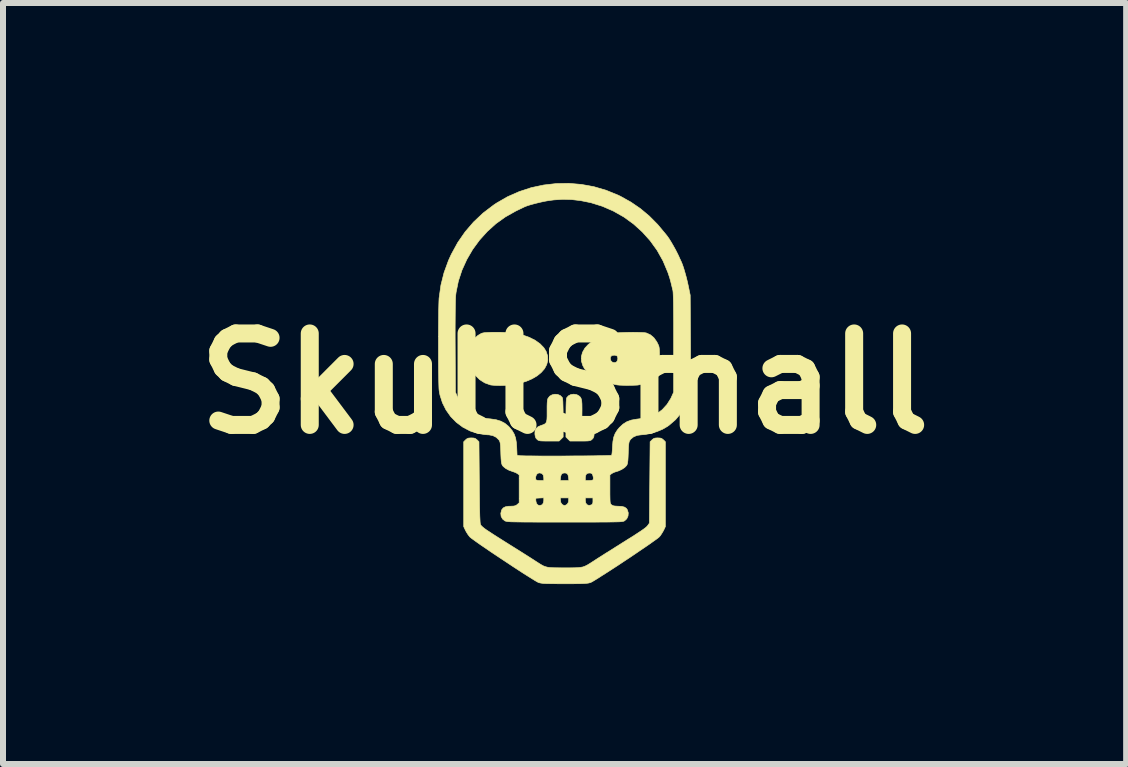
<source format=kicad_pcb>
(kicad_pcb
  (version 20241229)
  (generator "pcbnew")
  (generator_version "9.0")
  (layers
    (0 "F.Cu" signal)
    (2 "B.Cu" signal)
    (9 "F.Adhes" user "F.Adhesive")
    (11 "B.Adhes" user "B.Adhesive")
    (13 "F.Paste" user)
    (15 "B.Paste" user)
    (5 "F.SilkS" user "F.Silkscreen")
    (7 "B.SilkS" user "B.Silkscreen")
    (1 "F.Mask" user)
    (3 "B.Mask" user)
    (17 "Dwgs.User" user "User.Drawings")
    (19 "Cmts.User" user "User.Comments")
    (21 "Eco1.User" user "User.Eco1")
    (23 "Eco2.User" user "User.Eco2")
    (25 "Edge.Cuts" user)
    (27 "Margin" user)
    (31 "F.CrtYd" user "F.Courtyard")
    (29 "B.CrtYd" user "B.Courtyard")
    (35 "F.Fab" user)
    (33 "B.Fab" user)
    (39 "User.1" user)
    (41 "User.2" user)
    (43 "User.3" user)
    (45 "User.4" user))
  (footprint "SkullSmall"
    (layer "F.Cu")
    (at 6.357 3.341)
    (property "Reference" "SkullSmall" (at 0 0 0) (layer "F.SilkS") (effects (font (size 1.524 1.524) (thickness 0.3))))
    (attr through_hole)
    (fp_poly (pts (xy -0.114 0.182) (xy -0.072 0.199) (xy -0.041 0.229) (xy -0.035 0.239) (xy -0.031 0.261) (xy -0.028 0.303) (xy -0.026 0.366) (xy -0.024 0.448) (xy -0.023 0.547) (xy -0.023 0.579) (xy -0.023 0.891) (xy -0.057 0.925) (xy -0.091 0.958) (xy -0.258 0.958) (xy -0.324 0.958) (xy -0.371 0.957) (xy -0.403 0.955) (xy -0.425 0.95) (xy -0.441 0.944) (xy -0.454 0.934) (xy -0.457 0.931) (xy -0.477 0.909) (xy -0.488 0.88) (xy -0.494 0.842) (xy -0.492 0.788) (xy -0.475 0.749) (xy -0.44 0.719) (xy -0.39 0.698) (xy -0.354 0.686) (xy -0.328 0.673) (xy -0.31 0.656) (xy -0.299 0.631) (xy -0.293 0.595) (xy -0.291 0.543) (xy -0.291 0.473) (xy -0.291 0.458) (xy -0.291 0.38) (xy -0.289 0.322) (xy -0.285 0.281) (xy -0.279 0.254) (xy -0.276 0.248) (xy -0.248 0.211) (xy -0.207 0.188) (xy -0.161 0.178) (xy -0.114 0.182)) (stroke (width 0.01) (type solid)) (fill yes) (layer "F.SilkS"))
    (fp_poly (pts (xy 0.202 0.185) (xy 0.219 0.193) (xy 0.245 0.209) (xy 0.265 0.228) (xy 0.278 0.254) (xy 0.286 0.29) (xy 0.29 0.34) (xy 0.291 0.408) (xy 0.291 0.457) (xy 0.29 0.532) (xy 0.292 0.586) (xy 0.297 0.625) (xy 0.307 0.652) (xy 0.324 0.671) (xy 0.349 0.684) (xy 0.384 0.697) (xy 0.39 0.698) (xy 0.443 0.721) (xy 0.477 0.751) (xy 0.492 0.792) (xy 0.494 0.842) (xy 0.488 0.884) (xy 0.476 0.911) (xy 0.457 0.931) (xy 0.444 0.942) (xy 0.429 0.949) (xy 0.409 0.954) (xy 0.379 0.957) (xy 0.336 0.958) (xy 0.274 0.958) (xy 0.258 0.958) (xy 0.091 0.958) (xy 0.057 0.925) (xy 0.023 0.891) (xy 0.023 0.579) (xy 0.024 0.475) (xy 0.025 0.388) (xy 0.027 0.319) (xy 0.03 0.271) (xy 0.034 0.243) (xy 0.035 0.239) (xy 0.063 0.206) (xy 0.104 0.184) (xy 0.152 0.177) (xy 0.202 0.185)) (stroke (width 0.01) (type solid)) (fill yes) (layer "F.SilkS"))
    (fp_poly (pts (xy -1.065 -0.854) (xy -0.989 -0.851) (xy -0.918 -0.848) (xy -0.858 -0.843) (xy -0.818 -0.837) (xy -0.697 -0.809) (xy -0.586 -0.769) (xy -0.489 -0.72) (xy -0.408 -0.662) (xy -0.345 -0.597) (xy -0.307 -0.536) (xy -0.282 -0.461) (xy -0.279 -0.387) (xy -0.297 -0.316) (xy -0.333 -0.248) (xy -0.387 -0.186) (xy -0.456 -0.129) (xy -0.541 -0.079) (xy -0.639 -0.037) (xy -0.748 -0.004) (xy -0.869 0.019) (xy -0.998 0.031) (xy -1.074 0.033) (xy -1.13 0.032) (xy -1.181 0.029) (xy -1.222 0.025) (xy -1.238 0.022) (xy -1.329 -0.011) (xy -1.412 -0.063) (xy -1.482 -0.132) (xy -1.536 -0.214) (xy -1.553 -0.253) (xy -1.566 -0.286) (xy -1.574 -0.315) (xy -1.579 -0.344) (xy -1.581 -0.38) (xy -1.581 -0.414) (xy -0.889 -0.414) (xy -0.88 -0.378) (xy -0.857 -0.354) (xy -0.825 -0.347) (xy -0.792 -0.358) (xy -0.783 -0.365) (xy -0.767 -0.393) (xy -0.763 -0.426) (xy -0.772 -0.455) (xy -0.776 -0.46) (xy -0.797 -0.469) (xy -0.826 -0.473) (xy -0.863 -0.466) (xy -0.884 -0.444) (xy -0.889 -0.414) (xy -1.581 -0.414) (xy -1.581 -0.429) (xy -1.58 -0.486) (xy -1.577 -0.549) (xy -1.575 -0.595) (xy -1.571 -0.627) (xy -1.564 -0.652) (xy -1.554 -0.674) (xy -1.54 -0.698) (xy -1.54 -0.699) (xy -1.497 -0.755) (xy -1.443 -0.802) (xy -1.387 -0.835) (xy -1.365 -0.842) (xy -1.332 -0.848) (xy -1.281 -0.851) (xy -1.216 -0.854) (xy -1.142 -0.854) (xy -1.065 -0.854)) (stroke (width 0.01) (type solid)) (fill yes) (layer "F.SilkS"))
    (fp_poly (pts (xy 1.215 -0.853) (xy 1.279 -0.851) (xy 1.33 -0.848) (xy 1.363 -0.843) (xy 1.365 -0.842) (xy 1.431 -0.812) (xy 1.489 -0.763) (xy 1.537 -0.696) (xy 1.544 -0.682) (xy 1.56 -0.65) (xy 1.571 -0.624) (xy 1.577 -0.596) (xy 1.58 -0.563) (xy 1.582 -0.517) (xy 1.582 -0.466) (xy 1.581 -0.403) (xy 1.579 -0.356) (xy 1.574 -0.32) (xy 1.566 -0.289) (xy 1.554 -0.254) (xy 1.552 -0.248) (xy 1.504 -0.16) (xy 1.439 -0.085) (xy 1.356 -0.026) (xy 1.335 -0.015) (xy 1.301 0.002) (xy 1.273 0.014) (xy 1.246 0.021) (xy 1.215 0.026) (xy 1.172 0.028) (xy 1.114 0.03) (xy 1.097 0.03) (xy 1.032 0.031) (xy 0.97 0.029) (xy 0.917 0.027) (xy 0.879 0.023) (xy 0.877 0.023) (xy 0.803 0.008) (xy 0.722 -0.013) (xy 0.644 -0.037) (xy 0.578 -0.062) (xy 0.569 -0.066) (xy 0.47 -0.119) (xy 0.392 -0.178) (xy 0.335 -0.244) (xy 0.305 -0.298) (xy 0.281 -0.374) (xy 0.281 -0.417) (xy 0.762 -0.417) (xy 0.771 -0.382) (xy 0.794 -0.358) (xy 0.824 -0.347) (xy 0.856 -0.353) (xy 0.871 -0.365) (xy 0.885 -0.392) (xy 0.888 -0.425) (xy 0.879 -0.454) (xy 0.875 -0.46) (xy 0.854 -0.469) (xy 0.826 -0.473) (xy 0.787 -0.466) (xy 0.767 -0.444) (xy 0.762 -0.417) (xy 0.281 -0.417) (xy 0.28 -0.449) (xy 0.3 -0.521) (xy 0.339 -0.59) (xy 0.397 -0.653) (xy 0.472 -0.71) (xy 0.564 -0.76) (xy 0.67 -0.801) (xy 0.791 -0.832) (xy 0.82 -0.838) (xy 0.863 -0.844) (xy 0.922 -0.848) (xy 0.991 -0.851) (xy 1.066 -0.853) (xy 1.142 -0.854) (xy 1.215 -0.853)) (stroke (width 0.01) (type solid)) (fill yes) (layer "F.SilkS"))
    (fp_poly (pts (xy 1.593 0.908) (xy 1.62 0.916) (xy 1.643 0.934) (xy 1.648 0.938) (xy 1.68 0.97) (xy 1.68 2.384) (xy 1.65 2.448) (xy 1.625 2.491) (xy 1.597 2.534) (xy 1.58 2.554) (xy 1.562 2.57) (xy 1.526 2.597) (xy 1.475 2.633) (xy 1.412 2.678) (xy 1.338 2.729) (xy 1.255 2.785) (xy 1.167 2.845) (xy 1.075 2.907) (xy 0.981 2.969) (xy 0.888 3.031) (xy 0.797 3.09) (xy 0.712 3.145) (xy 0.633 3.195) (xy 0.565 3.239) (xy 0.508 3.274) (xy 0.465 3.3) (xy 0.438 3.314) (xy 0.433 3.316) (xy 0.414 3.321) (xy 0.393 3.326) (xy 0.365 3.329) (xy 0.329 3.332) (xy 0.281 3.334) (xy 0.22 3.335) (xy 0.142 3.336) (xy 0.045 3.336) (xy 0 3.336) (xy -0.106 3.336) (xy -0.191 3.335) (xy -0.259 3.334) (xy -0.311 3.333) (xy -0.352 3.331) (xy -0.382 3.327) (xy -0.406 3.323) (xy -0.426 3.318) (xy -0.433 3.316) (xy -0.455 3.305) (xy -0.493 3.283) (xy -0.546 3.25) (xy -0.612 3.209) (xy -0.688 3.161) (xy -0.771 3.107) (xy -0.86 3.049) (xy -0.953 2.987) (xy -1.047 2.925) (xy -1.14 2.863) (xy -1.23 2.803) (xy -1.314 2.745) (xy -1.391 2.693) (xy -1.458 2.646) (xy -1.512 2.607) (xy -1.553 2.577) (xy -1.577 2.557) (xy -1.58 2.554) (xy -1.608 2.518) (xy -1.636 2.474) (xy -1.65 2.448) (xy -1.68 2.384) (xy -1.68 0.97) (xy -1.648 0.938) (xy -1.625 0.919) (xy -1.599 0.909) (xy -1.562 0.906) (xy -1.553 0.906) (xy -1.513 0.908) (xy -1.486 0.916) (xy -1.463 0.934) (xy -1.458 0.938) (xy -1.426 0.97) (xy -1.42 1.648) (xy -1.419 1.801) (xy -1.417 1.932) (xy -1.416 2.043) (xy -1.414 2.135) (xy -1.412 2.208) (xy -1.409 2.265) (xy -1.407 2.307) (xy -1.404 2.334) (xy -1.401 2.349) (xy -1.4 2.351) (xy -1.391 2.364) (xy -1.378 2.378) (xy -1.359 2.395) (xy -1.333 2.416) (xy -1.297 2.442) (xy -1.249 2.473) (xy -1.19 2.512) (xy -1.116 2.559) (xy -1.026 2.616) (xy -0.918 2.684) (xy -0.889 2.702) (xy -0.742 2.794) (xy -0.614 2.875) (xy -0.506 2.944) (xy -0.491 2.954) (xy -0.438 2.988) (xy -0.395 3.015) (xy -0.358 3.036) (xy -0.323 3.05) (xy -0.287 3.06) (xy -0.245 3.066) (xy -0.194 3.069) (xy -0.13 3.07) (xy -0.048 3.071) (xy 0 3.071) (xy 0.092 3.071) (xy 0.164 3.07) (xy 0.222 3.068) (xy 0.267 3.063) (xy 0.306 3.056) (xy 0.341 3.043) (xy 0.376 3.026) (xy 0.416 3.002) (xy 0.463 2.972) (xy 0.491 2.954) (xy 0.552 2.914) (xy 0.622 2.87) (xy 0.69 2.826) (xy 0.725 2.805) (xy 0.776 2.773) (xy 0.825 2.742) (xy 0.865 2.716) (xy 0.889 2.702) (xy 0.917 2.684) (xy 0.959 2.657) (xy 1.009 2.626) (xy 1.053 2.598) (xy 1.145 2.541) (xy 1.218 2.493) (xy 1.276 2.455) (xy 1.32 2.424) (xy 1.352 2.4) (xy 1.374 2.38) (xy 1.388 2.363) (xy 1.388 2.363) (xy 1.414 2.326) (xy 1.42 1.648) (xy 1.426 0.97) (xy 1.458 0.938) (xy 1.481 0.919) (xy 1.507 0.909) (xy 1.543 0.906) (xy 1.553 0.906) (xy 1.593 0.908)) (stroke (width 0.01) (type solid)) (fill yes) (layer "F.SilkS"))
    (fp_poly (pts (xy 0.281 -3.318) (xy 0.49 -3.28) (xy 0.694 -3.22) (xy 0.891 -3.14) (xy 0.936 -3.118) (xy 1.106 -3.023) (xy 1.264 -2.915) (xy 1.411 -2.792) (xy 1.551 -2.651) (xy 1.686 -2.489) (xy 1.716 -2.451) (xy 1.745 -2.409) (xy 1.78 -2.352) (xy 1.817 -2.288) (xy 1.854 -2.221) (xy 1.885 -2.16) (xy 1.9 -2.129) (xy 1.92 -2.084) (xy 1.938 -2.046) (xy 1.95 -2.019) (xy 1.952 -2.015) (xy 1.967 -1.976) (xy 1.986 -1.92) (xy 2.006 -1.852) (xy 2.027 -1.777) (xy 2.046 -1.7) (xy 2.062 -1.628) (xy 2.063 -1.623) (xy 2.094 -1.472) (xy 2.099 -0.729) (xy 2.1 -0.546) (xy 2.1 -0.386) (xy 2.1 -0.249) (xy 2.099 -0.133) (xy 2.097 -0.039) (xy 2.095 0.033) (xy 2.093 0.085) (xy 2.09 0.111) (xy 2.061 0.248) (xy 2.01 0.377) (xy 1.94 0.495) (xy 1.85 0.602) (xy 1.743 0.694) (xy 1.712 0.716) (xy 1.632 0.762) (xy 1.539 0.801) (xy 1.44 0.831) (xy 1.343 0.849) (xy 1.273 0.855) (xy 1.208 0.864) (xy 1.149 0.889) (xy 1.103 0.927) (xy 1.096 0.937) (xy 1.085 0.953) (xy 1.077 0.971) (xy 1.072 0.994) (xy 1.068 1.027) (xy 1.065 1.073) (xy 1.062 1.138) (xy 1.062 1.155) (xy 1.059 1.226) (xy 1.056 1.278) (xy 1.051 1.315) (xy 1.046 1.341) (xy 1.038 1.359) (xy 1.034 1.366) (xy 1.001 1.4) (xy 0.952 1.432) (xy 0.894 1.458) (xy 0.866 1.466) (xy 0.827 1.479) (xy 0.793 1.496) (xy 0.785 1.501) (xy 0.756 1.523) (xy 0.756 1.761) (xy 0.756 1.841) (xy 0.757 1.901) (xy 0.758 1.944) (xy 0.76 1.974) (xy 0.763 1.994) (xy 0.769 2.006) (xy 0.776 2.015) (xy 0.783 2.021) (xy 0.806 2.035) (xy 0.838 2.041) (xy 0.886 2.044) (xy 0.89 2.044) (xy 0.953 2.047) (xy 0.999 2.059) (xy 1.03 2.08) (xy 1.046 2.103) (xy 1.062 2.155) (xy 1.058 2.207) (xy 1.037 2.253) (xy 1.002 2.286) (xy 0.995 2.29) (xy 0.986 2.294) (xy 0.975 2.297) (xy 0.96 2.299) (xy 0.939 2.302) (xy 0.911 2.304) (xy 0.874 2.305) (xy 0.827 2.306) (xy 0.768 2.307) (xy 0.696 2.308) (xy 0.608 2.308) (xy 0.505 2.309) (xy 0.384 2.309) (xy 0.243 2.309) (xy 0.081 2.309) (xy 0.006 2.309) (xy -0.166 2.309) (xy -0.316 2.309) (xy -0.446 2.309) (xy -0.558 2.308) (xy -0.652 2.308) (xy -0.732 2.307) (xy -0.797 2.306) (xy -0.849 2.305) (xy -0.891 2.304) (xy -0.923 2.302) (xy -0.947 2.3) (xy -0.965 2.297) (xy -0.978 2.294) (xy -0.988 2.291) (xy -0.993 2.289) (xy -1.033 2.257) (xy -1.057 2.213) (xy -1.062 2.162) (xy -1.049 2.109) (xy -1.046 2.103) (xy -1.022 2.073) (xy -0.986 2.054) (xy -0.934 2.045) (xy -0.895 2.044) (xy -0.85 2.042) (xy -0.821 2.036) (xy -0.797 2.023) (xy -0.789 2.016) (xy -0.756 1.988) (xy -0.756 1.911) (xy -0.479 1.911) (xy -0.478 1.956) (xy -0.468 1.997) (xy -0.446 2.023) (xy -0.415 2.033) (xy -0.381 2.023) (xy -0.367 2.013) (xy -0.351 1.983) (xy -0.346 1.949) (xy -0.346 1.905) (xy -0.069 1.905) (xy -0.069 1.945) (xy -0.061 1.985) (xy -0.039 2.016) (xy -0.009 2.031) (xy 0 2.032) (xy 0.025 2.024) (xy 0.046 2.009) (xy 0.065 1.976) (xy 0.069 1.945) (xy 0.069 1.905) (xy 0.346 1.905) (xy 0.346 1.947) (xy 0.354 1.992) (xy 0.376 2.02) (xy 0.408 2.031) (xy 0.447 2.022) (xy 0.451 2.02) (xy 0.466 2.005) (xy 0.473 1.978) (xy 0.473 1.957) (xy 0.473 1.905) (xy 0.346 1.905) (xy 0.069 1.905) (xy -0.069 1.905) (xy -0.346 1.905) (xy -0.346 1.904) (xy -0.413 1.907) (xy -0.479 1.911) (xy -0.756 1.911) (xy -0.756 1.584) (xy -0.484 1.584) (xy -0.476 1.604) (xy -0.451 1.614) (xy -0.41 1.616) (xy -0.346 1.616) (xy -0.072 1.616) (xy 0.072 1.616) (xy 0.067 1.571) (xy 0.346 1.571) (xy 0.346 1.616) (xy 0.409 1.616) (xy 0.449 1.614) (xy 0.471 1.607) (xy 0.478 1.598) (xy 0.48 1.57) (xy 0.473 1.535) (xy 0.46 1.505) (xy 0.459 1.504) (xy 0.437 1.492) (xy 0.405 1.491) (xy 0.375 1.5) (xy 0.365 1.508) (xy 0.352 1.532) (xy 0.346 1.567) (xy 0.346 1.571) (xy 0.067 1.571) (xy 0.066 1.563) (xy 0.058 1.522) (xy 0.041 1.499) (xy 0.012 1.49) (xy 0 1.49) (xy -0.033 1.495) (xy -0.053 1.513) (xy -0.064 1.548) (xy -0.066 1.563) (xy -0.072 1.616) (xy -0.346 1.616) (xy -0.346 1.571) (xy -0.354 1.526) (xy -0.377 1.499) (xy -0.414 1.489) (xy -0.415 1.489) (xy -0.447 1.496) (xy -0.468 1.518) (xy -0.479 1.55) (xy -0.484 1.584) (xy -0.756 1.584) (xy -0.756 1.523) (xy -0.785 1.501) (xy -0.815 1.484) (xy -0.854 1.47) (xy -0.866 1.466) (xy -0.925 1.445) (xy -0.979 1.416) (xy -1.021 1.382) (xy -1.034 1.366) (xy -1.043 1.349) (xy -1.049 1.327) (xy -1.054 1.295) (xy -1.058 1.25) (xy -1.061 1.187) (xy -1.062 1.155) (xy -1.064 1.086) (xy -1.067 1.036) (xy -1.071 1) (xy -1.076 0.975) (xy -1.083 0.957) (xy -1.093 0.94) (xy -1.096 0.937) (xy -1.138 0.896) (xy -1.194 0.868) (xy -1.259 0.855) (xy -1.273 0.855) (xy -1.335 0.85) (xy -1.409 0.837) (xy -1.485 0.819) (xy -1.555 0.797) (xy -1.576 0.789) (xy -1.695 0.727) (xy -1.803 0.646) (xy -1.897 0.55) (xy -1.975 0.44) (xy -2.035 0.32) (xy -2.076 0.191) (xy -2.089 0.121) (xy -2.092 0.09) (xy -2.094 0.039) (xy -2.096 -0.03) (xy -2.097 -0.114) (xy -2.099 -0.211) (xy -2.1 -0.318) (xy -2.101 -0.432) (xy -2.101 -0.552) (xy -2.101 -0.674) (xy -2.101 -0.795) (xy -2.1 -0.913) (xy -2.1 -0.939) (xy -1.823 -0.939) (xy -1.823 -0.782) (xy -1.822 -0.612) (xy -1.818 0.144) (xy -1.785 0.219) (xy -1.73 0.319) (xy -1.657 0.407) (xy -1.571 0.481) (xy -1.475 0.536) (xy -1.413 0.56) (xy -1.377 0.569) (xy -1.326 0.578) (xy -1.268 0.586) (xy -1.235 0.589) (xy -1.14 0.603) (xy -1.062 0.627) (xy -0.995 0.662) (xy -0.935 0.711) (xy -0.914 0.733) (xy -0.87 0.788) (xy -0.838 0.844) (xy -0.816 0.907) (xy -0.803 0.982) (xy -0.797 1.062) (xy -0.791 1.195) (xy -0.756 1.201) (xy -0.736 1.203) (xy -0.695 1.204) (xy -0.637 1.206) (xy -0.564 1.206) (xy -0.477 1.207) (xy -0.38 1.208) (xy -0.275 1.208) (xy -0.164 1.208) (xy -0.049 1.208) (xy 0.066 1.207) (xy 0.181 1.206) (xy 0.293 1.206) (xy 0.398 1.205) (xy 0.496 1.204) (xy 0.583 1.202) (xy 0.658 1.201) (xy 0.717 1.199) (xy 0.759 1.198) (xy 0.781 1.196) (xy 0.784 1.195) (xy 0.789 1.179) (xy 0.793 1.146) (xy 0.797 1.1) (xy 0.799 1.056) (xy 0.806 0.966) (xy 0.82 0.893) (xy 0.844 0.831) (xy 0.88 0.774) (xy 0.914 0.733) (xy 0.974 0.677) (xy 1.039 0.636) (xy 1.113 0.609) (xy 1.203 0.593) (xy 1.236 0.589) (xy 1.358 0.572) (xy 1.462 0.541) (xy 1.534 0.506) (xy 1.628 0.436) (xy 1.708 0.348) (xy 1.772 0.246) (xy 1.784 0.219) (xy 1.818 0.144) (xy 1.818 -0.675) (xy 1.818 -0.852) (xy 1.818 -1.007) (xy 1.817 -1.14) (xy 1.816 -1.253) (xy 1.815 -1.347) (xy 1.813 -1.422) (xy 1.811 -1.48) (xy 1.809 -1.521) (xy 1.806 -1.547) (xy 1.805 -1.553) (xy 1.785 -1.635) (xy 1.769 -1.7) (xy 1.754 -1.755) (xy 1.738 -1.804) (xy 1.721 -1.854) (xy 1.719 -1.859) (xy 1.641 -2.044) (xy 1.543 -2.219) (xy 1.427 -2.38) (xy 1.295 -2.527) (xy 1.149 -2.659) (xy 0.989 -2.775) (xy 0.816 -2.873) (xy 0.633 -2.953) (xy 0.441 -3.013) (xy 0.269 -3.048) (xy 0.116 -3.066) (xy -0.03 -3.07) (xy -0.177 -3.06) (xy -0.269 -3.048) (xy -0.336 -3.036) (xy -0.409 -3.02) (xy -0.483 -3.002) (xy -0.554 -2.983) (xy -0.614 -2.965) (xy -0.659 -2.948) (xy -0.67 -2.943) (xy -0.686 -2.935) (xy -0.719 -2.919) (xy -0.763 -2.898) (xy -0.815 -2.873) (xy -0.82 -2.87) (xy -0.987 -2.776) (xy -1.143 -2.664) (xy -1.287 -2.534) (xy -1.417 -2.39) (xy -1.532 -2.233) (xy -1.629 -2.066) (xy -1.709 -1.89) (xy -1.769 -1.708) (xy -1.807 -1.521) (xy -1.813 -1.474) (xy -1.816 -1.437) (xy -1.818 -1.378) (xy -1.82 -1.298) (xy -1.821 -1.198) (xy -1.822 -1.077) (xy -1.823 -0.939) (xy -2.1 -0.939) (xy -2.099 -1.026) (xy -2.098 -1.131) (xy -2.097 -1.225) (xy -2.095 -1.306) (xy -2.093 -1.371) (xy -2.091 -1.417) (xy -2.09 -1.426) (xy -2.06 -1.64) (xy -2.008 -1.847) (xy -1.934 -2.05) (xy -1.887 -2.153) (xy -1.78 -2.349) (xy -1.656 -2.528) (xy -1.516 -2.691) (xy -1.358 -2.84) (xy -1.182 -2.974) (xy -1.133 -3.007) (xy -0.949 -3.113) (xy -0.756 -3.198) (xy -0.555 -3.264) (xy -0.349 -3.308) (xy -0.14 -3.332) (xy 0.071 -3.336) (xy 0.281 -3.318)) (stroke (width 0.01) (type solid)) (fill yes) (layer "F.SilkS")))
  (gr_rect
    (start -3 -3)
    (end 15.715 9.681)
    (stroke (width 0.1) (type default))
    (fill no)
    (layer "Edge.Cuts")))
</source>
